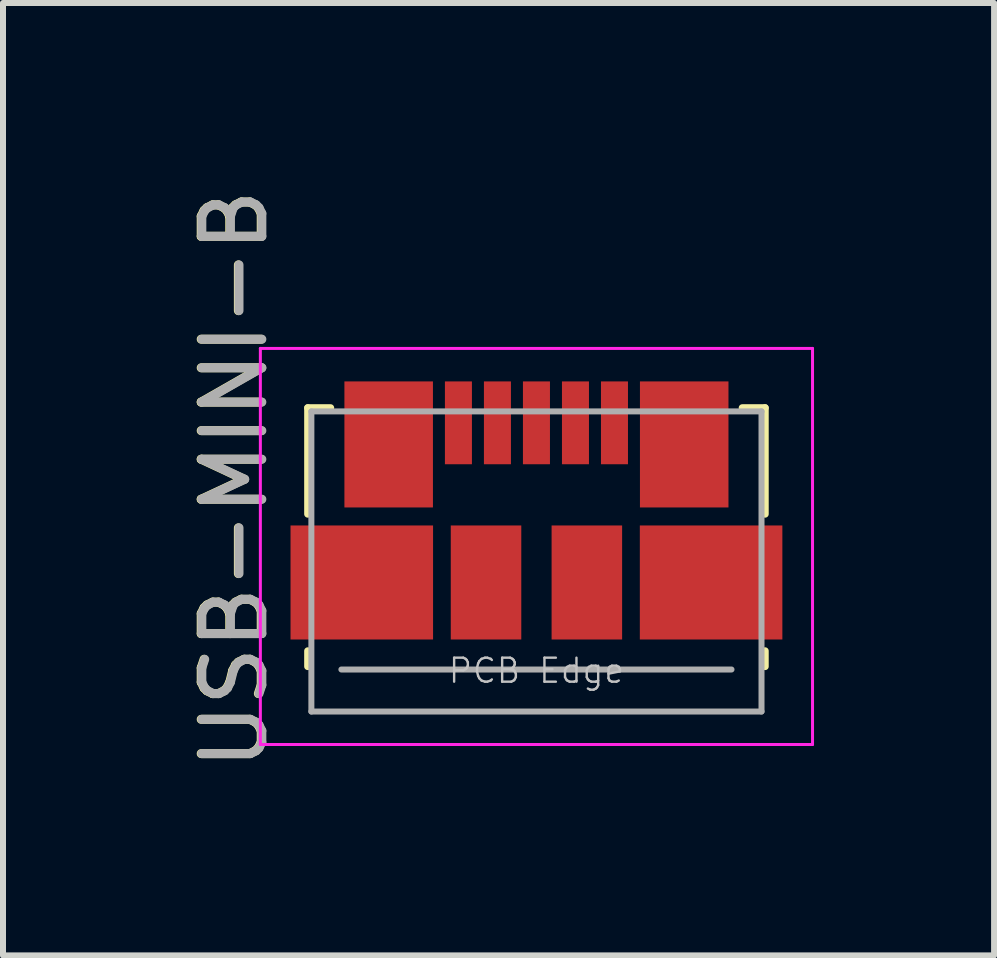
<source format=kicad_pcb>
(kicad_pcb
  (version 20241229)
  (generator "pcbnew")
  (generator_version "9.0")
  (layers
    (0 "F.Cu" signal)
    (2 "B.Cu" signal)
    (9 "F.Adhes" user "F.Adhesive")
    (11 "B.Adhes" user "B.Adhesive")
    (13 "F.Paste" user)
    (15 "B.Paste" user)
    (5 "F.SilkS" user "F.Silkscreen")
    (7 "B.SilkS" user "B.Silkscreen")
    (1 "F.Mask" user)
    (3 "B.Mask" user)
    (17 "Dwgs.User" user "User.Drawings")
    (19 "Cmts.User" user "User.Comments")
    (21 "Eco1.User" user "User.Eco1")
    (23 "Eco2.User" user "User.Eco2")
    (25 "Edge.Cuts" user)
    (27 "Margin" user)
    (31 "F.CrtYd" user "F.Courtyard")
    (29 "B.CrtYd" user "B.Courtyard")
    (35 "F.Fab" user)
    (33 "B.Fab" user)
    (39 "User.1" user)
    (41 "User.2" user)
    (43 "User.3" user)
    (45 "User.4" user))
  (footprint "USB-MINI-B"
    (layer "F.Cu")
    (at 5.888 6.655)
    (property "Reference" "USB-MINI-B" (at -5.04 -1.72 270) (layer "F.SilkS") (effects (font (size 1 1) (thickness 0.15))))
    (attr smd)
    (fp_line (start -3.81 -2.91) (end -3.43 -2.91) (stroke (width 0.12) (type solid)) (layer "F.SilkS"))
    (fp_line (start -3.81 -1.14) (end -3.81 -2.91) (stroke (width 0.12) (type solid)) (layer "F.SilkS"))
    (fp_line (start -3.81 1.4) (end -3.81 1.14) (stroke (width 0.12) (type solid)) (layer "F.SilkS"))
    (fp_line (start 3.81 -2.91) (end 3.43 -2.91) (stroke (width 0.12) (type solid)) (layer "F.SilkS"))
    (fp_line (start 3.81 -2.91) (end 3.81 -1.14) (stroke (width 0.12) (type solid)) (layer "F.SilkS"))
    (fp_line (start 3.81 1.14) (end 3.81 1.4) (stroke (width 0.12) (type solid)) (layer "F.SilkS"))
    (fp_line (start -4.6 -3.9) (end 4.6 -3.9) (stroke (width 0.05) (type solid)) (layer "F.CrtYd"))
    (fp_line (start -4.6 2.7) (end -4.6 -3.9) (stroke (width 0.05) (type solid)) (layer "F.CrtYd"))
    (fp_line (start 4.6 -3.9) (end 4.6 2.7) (stroke (width 0.05) (type solid)) (layer "F.CrtYd"))
    (fp_line (start 4.6 2.7) (end -4.6 2.7) (stroke (width 0.05) (type solid)) (layer "F.CrtYd"))
    (fp_line (start -3.75 -2.85) (end 3.75 -2.85) (stroke (width 0.1) (type solid)) (layer "F.Fab"))
    (fp_line (start -3.75 2.15) (end -3.75 -2.85) (stroke (width 0.1) (type solid)) (layer "F.Fab"))
    (fp_line (start -3.25 1.45) (end 3.25 1.45) (stroke (width 0.1) (type solid)) (layer "F.Fab"))
    (fp_line (start 3.75 -2.85) (end 3.75 2.15) (stroke (width 0.1) (type solid)) (layer "F.Fab"))
    (fp_line (start 3.75 2.15) (end -3.75 2.15) (stroke (width 0.1) (type solid)) (layer "F.Fab"))
    (fp_text user "PCB Edge" (at 0 1.47 180) (layer "Dwgs.User") (effects (font (size 0.4 0.4) (thickness 0.04))))
    (fp_text user "${REFERENCE}" (at -5.03 -1.72 90) (layer "F.Fab") (effects (font (size 1 1) (thickness 0.15))))
    (pad "1" smd rect (at -1.3 -2.66) (size 0.45 1.38) (layers "F.Cu" "F.Mask" "F.Paste"))
    (pad "2" smd rect (at -0.65 -2.66) (size 0.45 1.38) (layers "F.Cu" "F.Mask" "F.Paste"))
    (pad "3" smd rect (at 0 -2.66) (size 0.45 1.38) (layers "F.Cu" "F.Mask" "F.Paste"))
    (pad "4" smd rect (at 0.65 -2.66) (size 0.45 1.38) (layers "F.Cu" "F.Mask" "F.Paste"))
    (pad "5" smd rect (at 1.3 -2.66) (size 0.45 1.38) (layers "F.Cu" "F.Mask" "F.Paste"))
    (pad "6" smd rect (at -2.91 0) (size 2.375 1.9) (layers "F.Cu" "F.Mask" "F.Paste"))
    (pad "6" smd rect (at -2.462 -2.3) (size 1.475 2.1) (layers "F.Cu" "F.Mask" "F.Paste"))
    (pad "6" smd rect (at -0.84 0) (size 1.175 1.9) (layers "F.Cu" "F.Mask" "F.Paste"))
    (pad "6" smd rect (at 0.84 0) (size 1.175 1.9) (layers "F.Cu" "F.Mask" "F.Paste"))
    (pad "6" smd rect (at 2.462 -2.3) (size 1.475 2.1) (layers "F.Cu" "F.Mask" "F.Paste"))
    (pad "6" smd rect (at 2.91 0) (size 2.375 1.9) (layers "F.Cu" "F.Mask" "F.Paste")))
  (gr_rect
    (start -3 -3)
    (end 13.513 12.869)
    (stroke (width 0.1) (type default))
    (fill no)
    (layer "Edge.Cuts")))
</source>
